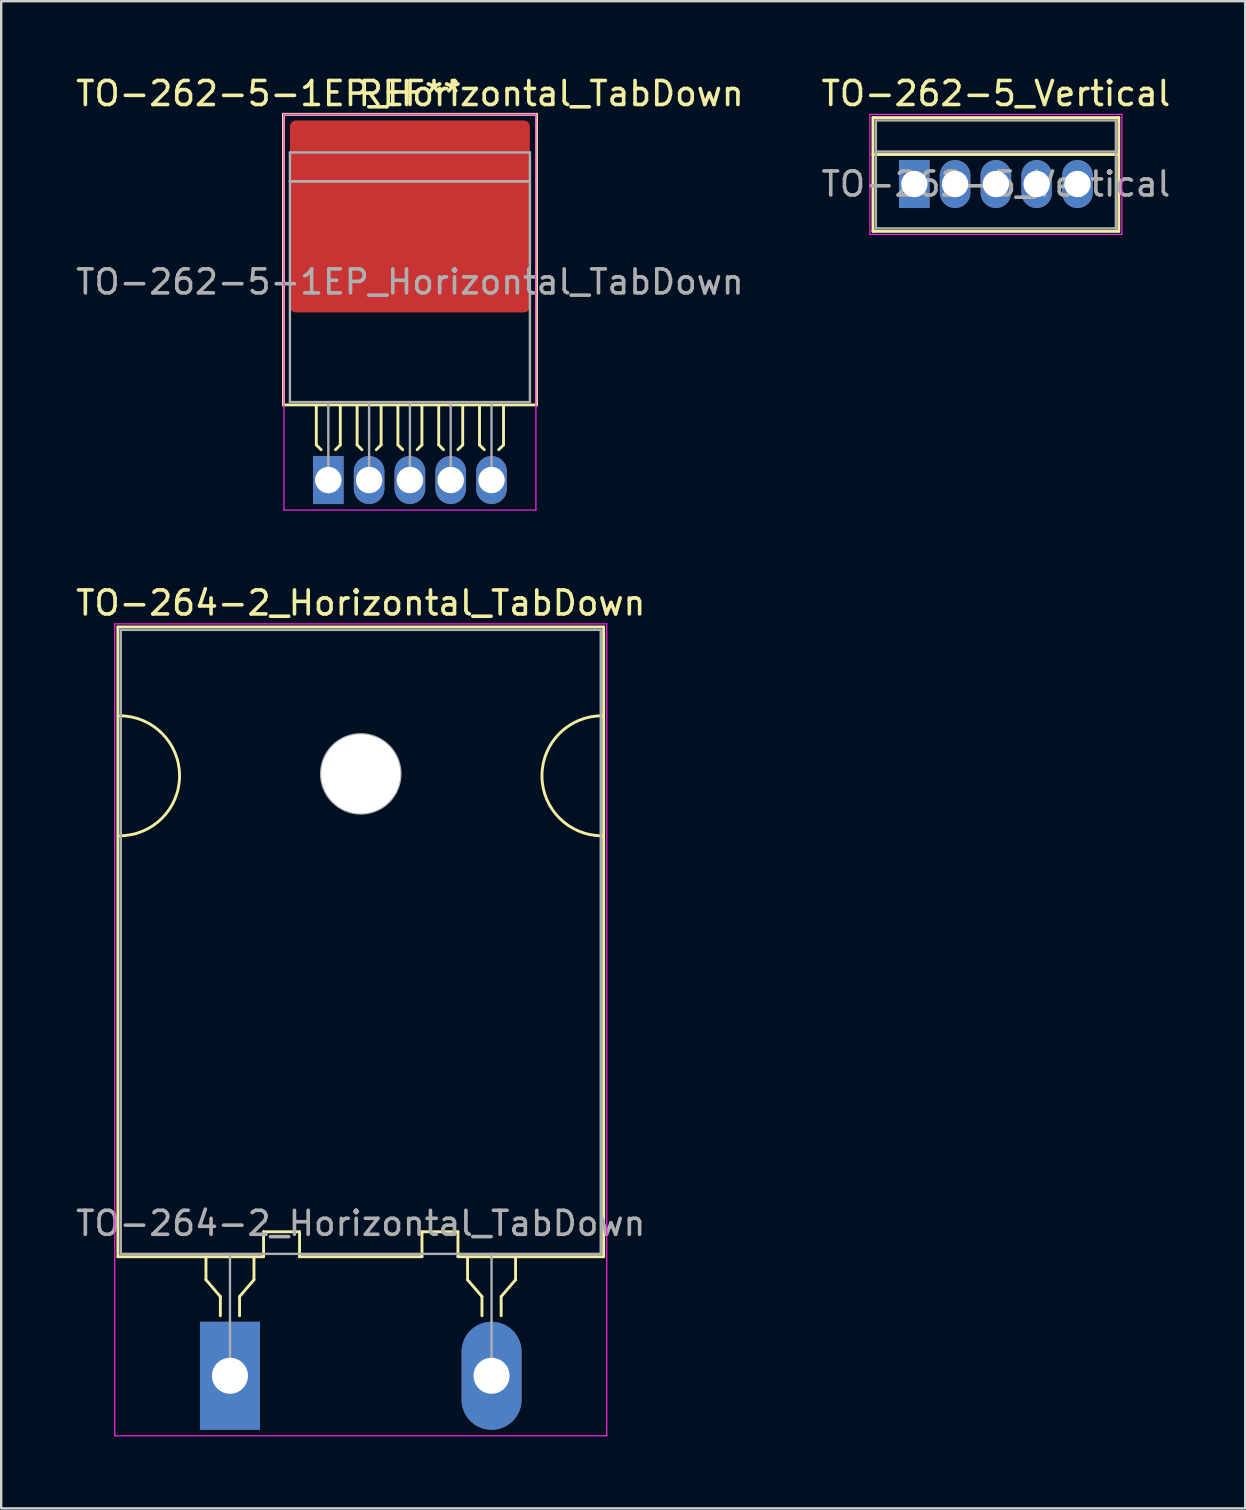
<source format=kicad_pcb>
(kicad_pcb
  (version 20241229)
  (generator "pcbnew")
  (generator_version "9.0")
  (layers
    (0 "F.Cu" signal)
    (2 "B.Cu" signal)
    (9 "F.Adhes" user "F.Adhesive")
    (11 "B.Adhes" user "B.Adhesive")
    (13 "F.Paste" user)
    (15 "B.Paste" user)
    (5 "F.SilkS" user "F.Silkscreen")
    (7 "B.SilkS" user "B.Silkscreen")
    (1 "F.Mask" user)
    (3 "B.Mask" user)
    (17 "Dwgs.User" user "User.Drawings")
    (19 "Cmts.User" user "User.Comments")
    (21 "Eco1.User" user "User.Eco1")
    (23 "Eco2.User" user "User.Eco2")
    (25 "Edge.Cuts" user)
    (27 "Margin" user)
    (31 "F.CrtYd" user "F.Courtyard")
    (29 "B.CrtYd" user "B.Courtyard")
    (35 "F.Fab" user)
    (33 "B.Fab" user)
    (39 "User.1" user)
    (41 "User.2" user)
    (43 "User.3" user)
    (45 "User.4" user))
  (footprint "TO-262-5_Vertical"
    (layer "F.Cu")
    (at 35.046 4.618)
    (property "Reference" "TO-262-5_Vertical" (at 3.4 -3.77 0) (layer "F.SilkS") (effects (font (size 1 1) (thickness 0.15))))
    (attr through_hole)
    (fp_line (start -1.721 -2.77) (end -1.721 1.971) (stroke (width 0.12) (type solid)) (layer "F.SilkS"))
    (fp_line (start -1.721 -2.77) (end 8.52 -2.77) (stroke (width 0.12) (type solid)) (layer "F.SilkS"))
    (fp_line (start -1.721 -1.23) (end 8.52 -1.23) (stroke (width 0.12) (type solid)) (layer "F.SilkS"))
    (fp_line (start -1.721 1.971) (end 8.52 1.971) (stroke (width 0.12) (type solid)) (layer "F.SilkS"))
    (fp_line (start 8.52 -2.77) (end 8.52 1.971) (stroke (width 0.12) (type solid)) (layer "F.SilkS"))
    (fp_line (start -1.85 -2.9) (end -1.85 2.1) (stroke (width 0.05) (type solid)) (layer "F.CrtYd"))
    (fp_line (start -1.85 2.1) (end 8.65 2.1) (stroke (width 0.05) (type solid)) (layer "F.CrtYd"))
    (fp_line (start 8.65 -2.9) (end -1.85 -2.9) (stroke (width 0.05) (type solid)) (layer "F.CrtYd"))
    (fp_line (start 8.65 2.1) (end 8.65 -2.9) (stroke (width 0.05) (type solid)) (layer "F.CrtYd"))
    (fp_line (start -1.6 -2.65) (end -1.6 1.85) (stroke (width 0.1) (type solid)) (layer "F.Fab"))
    (fp_line (start -1.6 -1.35) (end 8.4 -1.35) (stroke (width 0.1) (type solid)) (layer "F.Fab"))
    (fp_line (start -1.6 1.85) (end 8.4 1.85) (stroke (width 0.1) (type solid)) (layer "F.Fab"))
    (fp_line (start 8.4 -2.65) (end -1.6 -2.65) (stroke (width 0.1) (type solid)) (layer "F.Fab"))
    (fp_line (start 8.4 1.85) (end 8.4 -2.65) (stroke (width 0.1) (type solid)) (layer "F.Fab"))
    (fp_text user "${REFERENCE}" (at 3.4 0 0) (layer "F.Fab") (effects (font (size 1 1) (thickness 0.15))))
    (pad "1" thru_hole rect (at 0 0) (size 1.275 2) (drill 1.1) (layers "*.Cu" "*.Mask"))
    (pad "2" thru_hole oval (at 1.7 0) (size 1.275 2) (drill 1.1) (layers "*.Cu" "*.Mask"))
    (pad "3" thru_hole oval (at 3.4 0) (size 1.275 2) (drill 1.1) (layers "*.Cu" "*.Mask"))
    (pad "4" thru_hole oval (at 5.1 0) (size 1.275 2) (drill 1.1) (layers "*.Cu" "*.Mask"))
    (pad "5" thru_hole oval (at 6.8 0) (size 1.275 2) (drill 1.1) (layers "*.Cu" "*.Mask")))
  (footprint "TO-264-2_Horizontal_TabDown"
    (layer "F.Cu")
    (at 6.532 54.275)
    (property "Reference" "TO-264-2_Horizontal_TabDown" (at 5.45 -32.2 0) (layer "F.SilkS") (effects (font (size 1 1) (thickness 0.15))))
    (attr through_hole)
    (fp_line (start -4.67 -31.2) (end -4.67 -4.96) (stroke (width 0.12) (type solid)) (layer "F.SilkS"))
    (fp_line (start -4.67 -31.2) (end 15.57 -31.2) (stroke (width 0.12) (type solid)) (layer "F.SilkS"))
    (fp_line (start -4.67 -4.96) (end 1.4 -4.96) (stroke (width 0.12) (type solid)) (layer "F.SilkS"))
    (fp_line (start -1 -4.9) (end -1 -4) (stroke (width 0.12) (type solid)) (layer "F.SilkS"))
    (fp_line (start -1 -4) (end -0.4 -3.3) (stroke (width 0.12) (type solid)) (layer "F.SilkS"))
    (fp_line (start -0.4 -3.3) (end -0.4 -2.5) (stroke (width 0.12) (type solid)) (layer "F.SilkS"))
    (fp_line (start 0.4 -3.3) (end 1 -4) (stroke (width 0.12) (type solid)) (layer "F.SilkS"))
    (fp_line (start 0.4 -2.5) (end 0.4 -3.3) (stroke (width 0.12) (type solid)) (layer "F.SilkS"))
    (fp_line (start 1 -4) (end 1 -4.9) (stroke (width 0.12) (type solid)) (layer "F.SilkS"))
    (fp_line (start 1.4 -6) (end 2.9 -6) (stroke (width 0.12) (type solid)) (layer "F.SilkS"))
    (fp_line (start 1.4 -4.96) (end 1.4 -6) (stroke (width 0.12) (type solid)) (layer "F.SilkS"))
    (fp_line (start 2.9 -6) (end 2.9 -4.96) (stroke (width 0.12) (type solid)) (layer "F.SilkS"))
    (fp_line (start 2.9 -4.96) (end 8 -4.96) (stroke (width 0.12) (type solid)) (layer "F.SilkS"))
    (fp_line (start 8 -6) (end 8 -4.96) (stroke (width 0.12) (type solid)) (layer "F.SilkS"))
    (fp_line (start 9.5 -6) (end 8 -6) (stroke (width 0.12) (type solid)) (layer "F.SilkS"))
    (fp_line (start 9.5 -4.96) (end 9.5 -6) (stroke (width 0.12) (type solid)) (layer "F.SilkS"))
    (fp_line (start 9.5 -4.96) (end 15.57 -4.96) (stroke (width 0.12) (type solid)) (layer "F.SilkS"))
    (fp_line (start 9.9 -4.9) (end 9.9 -4) (stroke (width 0.12) (type solid)) (layer "F.SilkS"))
    (fp_line (start 9.9 -4) (end 10.5 -3.3) (stroke (width 0.12) (type solid)) (layer "F.SilkS"))
    (fp_line (start 10.5 -3.3) (end 10.5 -2.5) (stroke (width 0.12) (type solid)) (layer "F.SilkS"))
    (fp_line (start 11.3 -3.3) (end 11.9 -4) (stroke (width 0.12) (type solid)) (layer "F.SilkS"))
    (fp_line (start 11.3 -2.5) (end 11.3 -3.3) (stroke (width 0.12) (type solid)) (layer "F.SilkS"))
    (fp_line (start 11.9 -4) (end 11.9 -4.9) (stroke (width 0.12) (type solid)) (layer "F.SilkS"))
    (fp_line (start 15.57 -31.2) (end 15.57 -4.96) (stroke (width 0.12) (type solid)) (layer "F.SilkS"))
    (fp_arc (start -4.6 -27.5) (mid -2.1 -25) (end -4.6 -22.5) (stroke (width 0.12) (type solid)) (layer "F.SilkS"))
    (fp_arc (start 15.5 -22.5) (mid 13 -25) (end 15.5 -27.5) (stroke (width 0.12) (type solid)) (layer "F.SilkS"))
    (fp_line (start -4.8 -31.33) (end -4.8 2.5) (stroke (width 0.05) (type solid)) (layer "F.CrtYd"))
    (fp_line (start -4.8 2.5) (end 15.7 2.5) (stroke (width 0.05) (type solid)) (layer "F.CrtYd"))
    (fp_line (start 15.7 -31.33) (end -4.8 -31.33) (stroke (width 0.05) (type solid)) (layer "F.CrtYd"))
    (fp_line (start 15.7 2.5) (end 15.7 -31.33) (stroke (width 0.05) (type solid)) (layer "F.CrtYd"))
    (fp_line (start -4.55 -31.08) (end 15.45 -31.08) (stroke (width 0.1) (type solid)) (layer "F.Fab"))
    (fp_line (start -4.55 -5.08) (end -4.55 -31.08) (stroke (width 0.1) (type solid)) (layer "F.Fab"))
    (fp_line (start 0 -5.08) (end 0 0) (stroke (width 0.1) (type solid)) (layer "F.Fab"))
    (fp_line (start 10.9 -5.08) (end 10.9 0) (stroke (width 0.1) (type solid)) (layer "F.Fab"))
    (fp_line (start 15.45 -31.08) (end 15.45 -5.08) (stroke (width 0.1) (type solid)) (layer "F.Fab"))
    (fp_line (start 15.45 -5.08) (end -4.55 -5.08) (stroke (width 0.1) (type solid)) (layer "F.Fab"))
    (fp_circle (center 5.45 -25.08) (end 7.1 -25.08) (stroke (width 0.1) (type solid)) (fill no) (layer "F.Fab"))
    (fp_text user "${REFERENCE}" (at 5.45 -6.35 0) (layer "F.Fab") (effects (font (size 1 1) (thickness 0.15))))
    (pad "" np_thru_hole oval (at 5.45 -25.08) (size 3.3 3.3) (drill 3.3) (layers "*.Cu" "*.Mask"))
    (pad "1" thru_hole rect (at 0 0) (size 2.5 4.5) (drill 1.5) (layers "*.Cu" "*.Mask"))
    (pad "2" thru_hole oval (at 10.9 0) (size 2.5 4.5) (drill 1.5) (layers "*.Cu" "*.Mask")))
  (footprint "TO-262-5-1EP_Horizontal_TabDown"
    (layer "F.Cu")
    (at 10.63 16.952)
    (property "Reference" "TO-262-5-1EP_Horizontal_TabDown" (at 3.4 -16.103 0) (layer "F.SilkS") (effects (font (size 1 1) (thickness 0.15))))
    (attr through_hole)
    (fp_line (start -1.867 -15.24) (end 8.674 -15.24) (stroke (width 0.12) (type solid)) (layer "F.SilkS"))
    (fp_line (start -1.867 -3.13) (end -1.867 -15.24) (stroke (width 0.12) (type solid)) (layer "F.SilkS"))
    (fp_line (start -1.867 -3.13) (end 8.674 -3.13) (stroke (width 0.12) (type solid)) (layer "F.SilkS"))
    (fp_line (start -0.5 -3.111) (end -0.5 -1.464) (stroke (width 0.12) (type solid)) (layer "F.SilkS"))
    (fp_line (start -0.5 -1.464) (end -0.3 -1.264) (stroke (width 0.12) (type solid)) (layer "F.SilkS"))
    (fp_line (start 0.5 -3.111) (end 0.5 -1.464) (stroke (width 0.12) (type solid)) (layer "F.SilkS"))
    (fp_line (start 0.5 -1.464) (end 0.3 -1.264) (stroke (width 0.12) (type solid)) (layer "F.SilkS"))
    (fp_line (start 1.2 -3.111) (end 1.2 -1.464) (stroke (width 0.12) (type solid)) (layer "F.SilkS"))
    (fp_line (start 1.2 -1.464) (end 1.4 -1.264) (stroke (width 0.12) (type solid)) (layer "F.SilkS"))
    (fp_line (start 2.2 -3.111) (end 2.2 -1.464) (stroke (width 0.12) (type solid)) (layer "F.SilkS"))
    (fp_line (start 2.2 -1.464) (end 2 -1.264) (stroke (width 0.12) (type solid)) (layer "F.SilkS"))
    (fp_line (start 2.9 -3.111) (end 2.9 -1.464) (stroke (width 0.12) (type solid)) (layer "F.SilkS"))
    (fp_line (start 2.9 -1.464) (end 3.1 -1.264) (stroke (width 0.12) (type solid)) (layer "F.SilkS"))
    (fp_line (start 3.9 -3.111) (end 3.9 -1.464) (stroke (width 0.12) (type solid)) (layer "F.SilkS"))
    (fp_line (start 3.9 -1.464) (end 3.7 -1.264) (stroke (width 0.12) (type solid)) (layer "F.SilkS"))
    (fp_line (start 4.6 -3.111) (end 4.6 -1.464) (stroke (width 0.12) (type solid)) (layer "F.SilkS"))
    (fp_line (start 4.6 -1.464) (end 4.8 -1.264) (stroke (width 0.12) (type solid)) (layer "F.SilkS"))
    (fp_line (start 5.6 -3.111) (end 5.6 -1.464) (stroke (width 0.12) (type solid)) (layer "F.SilkS"))
    (fp_line (start 5.6 -1.464) (end 5.4 -1.264) (stroke (width 0.12) (type solid)) (layer "F.SilkS"))
    (fp_line (start 6.3 -3.111) (end 6.3 -1.464) (stroke (width 0.12) (type solid)) (layer "F.SilkS"))
    (fp_line (start 6.3 -1.464) (end 6.5 -1.264) (stroke (width 0.12) (type solid)) (layer "F.SilkS"))
    (fp_line (start 7.3 -3.111) (end 7.3 -1.464) (stroke (width 0.12) (type solid)) (layer "F.SilkS"))
    (fp_line (start 7.3 -1.464) (end 7.1 -1.264) (stroke (width 0.12) (type solid)) (layer "F.SilkS"))
    (fp_line (start 8.674 -15.24) (end 8.674 -3.175) (stroke (width 0.12) (type solid)) (layer "F.SilkS"))
    (fp_line (start 8.674 -3.175) (end 8.674 -3.13) (stroke (width 0.12) (type solid)) (layer "F.SilkS"))
    (fp_line (start -1.85 -15.24) (end -1.85 1.25) (stroke (width 0.05) (type solid)) (layer "F.CrtYd"))
    (fp_line (start -1.85 1.25) (end 8.65 1.25) (stroke (width 0.05) (type solid)) (layer "F.CrtYd"))
    (fp_line (start 8.65 -15.24) (end -1.85 -15.24) (stroke (width 0.05) (type solid)) (layer "F.CrtYd"))
    (fp_line (start 8.65 1.25) (end 8.65 -15.24) (stroke (width 0.05) (type solid)) (layer "F.CrtYd"))
    (fp_line (start -1.6 -13.65) (end 8.4 -13.65) (stroke (width 0.1) (type solid)) (layer "F.Fab"))
    (fp_line (start -1.6 -12.45) (end -1.6 -13.65) (stroke (width 0.1) (type solid)) (layer "F.Fab"))
    (fp_line (start -1.6 -12.45) (end 8.4 -12.45) (stroke (width 0.1) (type solid)) (layer "F.Fab"))
    (fp_line (start -1.6 -3.25) (end -1.6 -12.45) (stroke (width 0.1) (type solid)) (layer "F.Fab"))
    (fp_line (start 0 -3.25) (end 0 0) (stroke (width 0.1) (type solid)) (layer "F.Fab"))
    (fp_line (start 1.7 -3.25) (end 1.7 0) (stroke (width 0.1) (type solid)) (layer "F.Fab"))
    (fp_line (start 3.4 -3.25) (end 3.4 0) (stroke (width 0.1) (type solid)) (layer "F.Fab"))
    (fp_line (start 5.1 -3.25) (end 5.1 0) (stroke (width 0.1) (type solid)) (layer "F.Fab"))
    (fp_line (start 6.8 -3.25) (end 6.8 0) (stroke (width 0.1) (type solid)) (layer "F.Fab"))
    (fp_line (start 8.4 -13.65) (end 8.4 -12.45) (stroke (width 0.1) (type solid)) (layer "F.Fab"))
    (fp_line (start 8.4 -12.45) (end -1.6 -12.45) (stroke (width 0.1) (type solid)) (layer "F.Fab"))
    (fp_line (start 8.4 -12.45) (end 8.4 -3.25) (stroke (width 0.1) (type solid)) (layer "F.Fab"))
    (fp_line (start 8.4 -3.25) (end -1.6 -3.25) (stroke (width 0.1) (type solid)) (layer "F.Fab"))
    (fp_text user "REF**" (at 3.404 -16.103 0) (layer "F.SilkS") (effects (font (size 1 1) (thickness 0.15))))
    (fp_text user "${REFERENCE}" (at 3.4 -8.255 0) (layer "F.Fab") (effects (font (size 1 1) (thickness 0.15))))
    (pad "" smd roundrect (at -0.6 -14) (size 1.7 1.7) (layers "F.Paste") (roundrect_rratio 0.125))
    (pad "" smd roundrect (at -0.6 -12) (size 1.7 1.7) (layers "F.Paste") (roundrect_rratio 0.125))
    (pad "" smd roundrect (at -0.6 -10) (size 1.7 1.7) (layers "F.Paste") (roundrect_rratio 0.125))
    (pad "" smd roundrect (at -0.6 -8) (size 1.7 1.7) (layers "F.Paste") (roundrect_rratio 0.125))
    (pad "" smd roundrect (at 1.4 -14) (size 1.7 1.7) (layers "F.Paste") (roundrect_rratio 0.125))
    (pad "" smd roundrect (at 1.4 -12) (size 1.7 1.7) (layers "F.Paste") (roundrect_rratio 0.125))
    (pad "" smd roundrect (at 1.4 -10) (size 1.7 1.7) (layers "F.Paste") (roundrect_rratio 0.125))
    (pad "" smd roundrect (at 1.4 -8) (size 1.7 1.7) (layers "F.Paste") (roundrect_rratio 0.125))
    (pad "" smd roundrect (at 3.4 -14) (size 1.7 1.7) (layers "F.Paste") (roundrect_rratio 0.125))
    (pad "" smd roundrect (at 3.4 -12) (size 1.7 1.7) (layers "F.Paste") (roundrect_rratio 0.125))
    (pad "" smd roundrect (at 3.4 -10) (size 1.7 1.7) (layers "F.Paste") (roundrect_rratio 0.125))
    (pad "" smd roundrect (at 3.4 -8) (size 1.7 1.7) (layers "F.Paste") (roundrect_rratio 0.125))
    (pad "" smd roundrect (at 5.4 -14) (size 1.7 1.7) (layers "F.Paste") (roundrect_rratio 0.125))
    (pad "" smd roundrect (at 5.4 -12) (size 1.7 1.7) (layers "F.Paste") (roundrect_rratio 0.125))
    (pad "" smd roundrect (at 5.4 -10) (size 1.7 1.7) (layers "F.Paste") (roundrect_rratio 0.125))
    (pad "" smd roundrect (at 5.4 -8) (size 1.7 1.7) (layers "F.Paste") (roundrect_rratio 0.125))
    (pad "" smd roundrect (at 7.4 -14) (size 1.7 1.7) (layers "F.Paste") (roundrect_rratio 0.125))
    (pad "" smd roundrect (at 7.4 -12) (size 1.7 1.7) (layers "F.Paste") (roundrect_rratio 0.125))
    (pad "" smd roundrect (at 7.4 -10) (size 1.7 1.7) (layers "F.Paste") (roundrect_rratio 0.125))
    (pad "" smd roundrect (at 7.4 -8) (size 1.7 1.7) (layers "F.Paste") (roundrect_rratio 0.125))
    (pad "1" thru_hole rect (at 0 0) (size 1.275 2) (drill 1.1) (layers "*.Cu" "*.Mask"))
    (pad "2" thru_hole oval (at 1.7 0) (size 1.275 2) (drill 1.1) (layers "*.Cu" "*.Mask"))
    (pad "3" thru_hole oval (at 3.4 0) (size 1.275 2) (drill 1.1) (layers "*.Cu" "*.Mask"))
    (pad "4" thru_hole oval (at 5.1 0) (size 1.275 2) (drill 1.1) (layers "*.Cu" "*.Mask"))
    (pad "5" thru_hole oval (at 6.8 0) (size 1.275 2) (drill 1.1) (layers "*.Cu" "*.Mask"))
    (pad "6" smd roundrect (at 3.4 -10.983) (size 10 8) (layers "F.Cu" "F.Mask") (roundrect_rratio 0.031)))
  (gr_rect
    (start -3 -3)
    (end 48.833 59.8)
    (stroke (width 0.1) (type default))
    (fill no)
    (layer "Edge.Cuts")))
</source>
